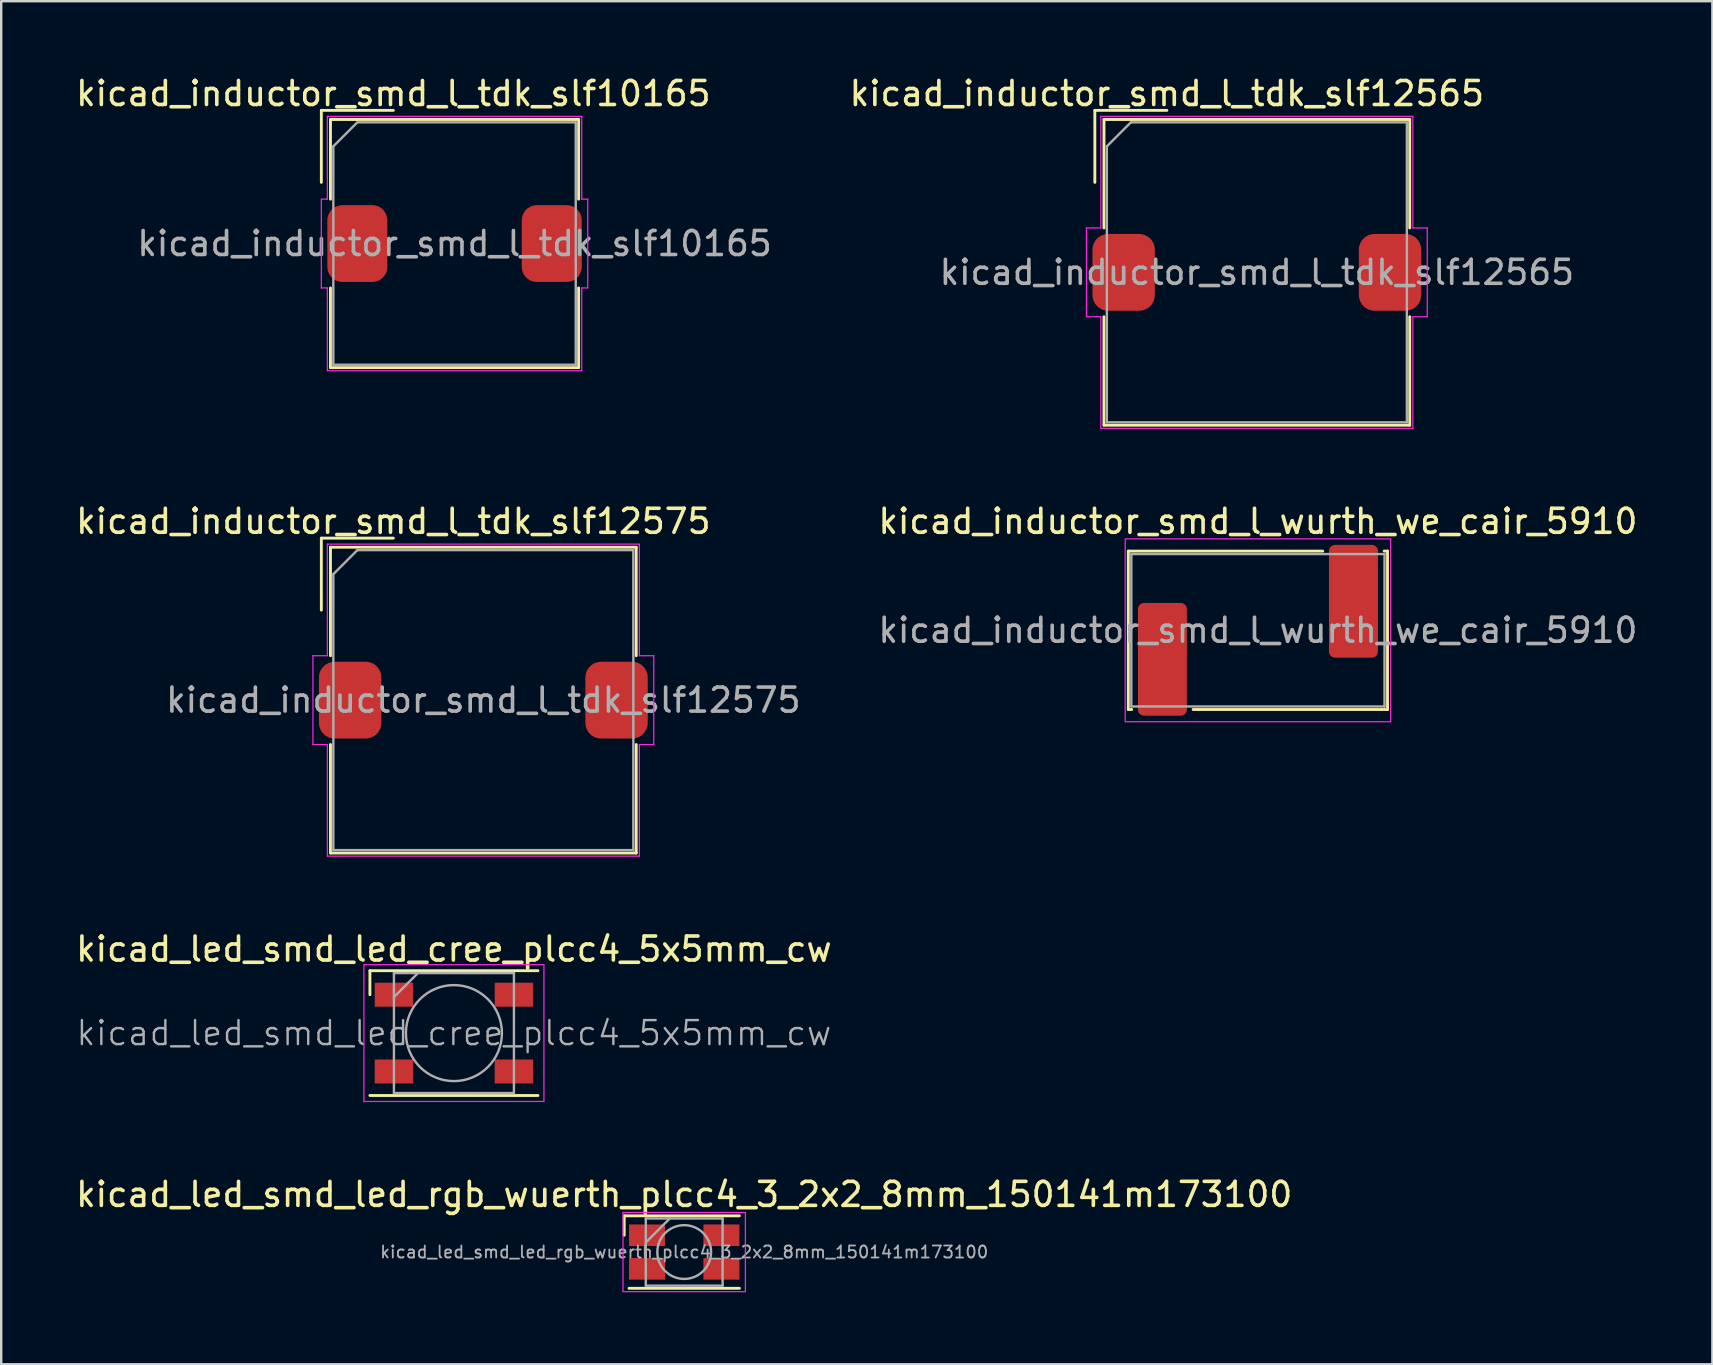
<source format=kicad_pcb>
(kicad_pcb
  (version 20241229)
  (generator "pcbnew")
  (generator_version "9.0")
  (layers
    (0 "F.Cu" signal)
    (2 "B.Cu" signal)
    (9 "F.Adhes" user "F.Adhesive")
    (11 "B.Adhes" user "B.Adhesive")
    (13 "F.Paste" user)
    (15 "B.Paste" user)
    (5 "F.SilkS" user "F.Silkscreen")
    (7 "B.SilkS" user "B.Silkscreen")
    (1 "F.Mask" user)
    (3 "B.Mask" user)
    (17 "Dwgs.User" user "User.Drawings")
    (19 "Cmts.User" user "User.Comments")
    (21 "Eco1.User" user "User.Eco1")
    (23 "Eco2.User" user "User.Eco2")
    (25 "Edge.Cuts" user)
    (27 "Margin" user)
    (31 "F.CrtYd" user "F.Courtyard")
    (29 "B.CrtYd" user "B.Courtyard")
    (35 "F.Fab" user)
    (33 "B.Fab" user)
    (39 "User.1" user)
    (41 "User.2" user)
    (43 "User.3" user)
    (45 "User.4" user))
  (footprint "kicad_inductor_smd_l_wurth_we_cair_5910"
    (layer "F.Cu")
    (at 49.363 23.212)
    (property "Reference" "kicad_inductor_smd_l_wurth_we_cair_5910" (at 0 -4.54 0) (unlocked yes) (layer "F.SilkS") (effects (font (size 1 1) (thickness 0.15))))
    (attr smd)
    (fp_line (start -5.4 -3.3) (end -5.4 3.3) (stroke (width 0.12) (type default)) (layer "F.SilkS"))
    (fp_line (start -5.4 3.3) (end -5.26 3.3) (stroke (width 0.12) (type default)) (layer "F.SilkS"))
    (fp_line (start -2.7 3.3) (end 5.4 3.3) (stroke (width 0.12) (type default)) (layer "F.SilkS"))
    (fp_line (start 2.7 -3.3) (end -5.4 -3.3) (stroke (width 0.12) (type default)) (layer "F.SilkS"))
    (fp_line (start 5.4 -3.3) (end 5.26 -3.3) (stroke (width 0.12) (type default)) (layer "F.SilkS"))
    (fp_line (start 5.4 3.3) (end 5.4 -3.3) (stroke (width 0.12) (type default)) (layer "F.SilkS"))
    (fp_rect (start 5.53 -3.81) (end -5.53 3.81) (stroke (width 0.05) (type default)) (fill no) (layer "F.CrtYd"))
    (fp_line (start -5.275 -3.175) (end -5.275 3.175) (stroke (width 0.1) (type default)) (layer "F.Fab"))
    (fp_line (start -5.275 3.175) (end 5.275 3.175) (stroke (width 0.1) (type default)) (layer "F.Fab"))
    (fp_line (start 5.275 -3.175) (end -5.275 -3.175) (stroke (width 0.1) (type default)) (layer "F.Fab"))
    (fp_line (start 5.275 3.175) (end 5.275 -3.175) (stroke (width 0.1) (type default)) (layer "F.Fab"))
    (fp_text user "${REFERENCE}" (at 0 0 0) (unlocked yes) (layer "F.Fab") (effects (font (size 1 1) (thickness 0.15))))
    (pad "1" smd roundrect (at -3.98 1.21 180) (size 2.04 4.7) (layers "F.Cu" "F.Mask" "F.Paste") (roundrect_rratio 0.123))
    (pad "2" smd roundrect (at 3.98 -1.21 180) (size 2.04 4.7) (layers "F.Cu" "F.Mask" "F.Paste") (roundrect_rratio 0.123)))
  (footprint "kicad_led_smd_led_rgb_wuerth_plcc4_3_2x2_8mm_150141m173100"
    (layer "F.Cu")
    (at 25.458 49.118)
    (property "Reference" "kicad_led_smd_led_rgb_wuerth_plcc4_3_2x2_8mm_150141m173100" (at 0 -2.4 0) (layer "F.SilkS") (effects (font (size 1 1) (thickness 0.15))))
    (attr smd)
    (fp_line (start -2.5 -1.51) (end 2.3 -1.51) (stroke (width 0.12) (type solid)) (layer "F.SilkS"))
    (fp_line (start -2.5 -0.7) (end -2.5 -1.51) (stroke (width 0.12) (type solid)) (layer "F.SilkS"))
    (fp_line (start -2.3 1.51) (end 2.3 1.51) (stroke (width 0.12) (type solid)) (layer "F.SilkS"))
    (fp_line (start -2.55 -1.65) (end -2.55 1.65) (stroke (width 0.05) (type solid)) (layer "F.CrtYd"))
    (fp_line (start -2.55 1.65) (end 2.55 1.65) (stroke (width 0.05) (type solid)) (layer "F.CrtYd"))
    (fp_line (start 2.55 -1.65) (end -2.55 -1.65) (stroke (width 0.05) (type solid)) (layer "F.CrtYd"))
    (fp_line (start 2.55 1.65) (end 2.55 -1.65) (stroke (width 0.05) (type solid)) (layer "F.CrtYd"))
    (fp_line (start -1.6 -1.4) (end -1.6 1.4) (stroke (width 0.1) (type solid)) (layer "F.Fab"))
    (fp_line (start -1.6 1.4) (end 1.6 1.4) (stroke (width 0.1) (type solid)) (layer "F.Fab"))
    (fp_line (start -0.6 -1.4) (end -1.6 -0.4) (stroke (width 0.1) (type solid)) (layer "F.Fab"))
    (fp_line (start 1.6 -1.4) (end -1.6 -1.4) (stroke (width 0.1) (type solid)) (layer "F.Fab"))
    (fp_line (start 1.6 1.4) (end 1.6 -1.4) (stroke (width 0.1) (type solid)) (layer "F.Fab"))
    (fp_circle (center 0 0) (end 1.12 0) (stroke (width 0.1) (type solid)) (fill no) (layer "F.Fab"))
    (fp_text user "${REFERENCE}" (at 0 0 0) (layer "F.Fab") (effects (font (size 0.5 0.5) (thickness 0.075))))
    (pad "1" smd rect (at 1.55 -0.7) (size 1.5 0.9) (layers "F.Cu" "F.Mask" "F.Paste"))
    (pad "2" smd rect (at 1.55 0.7) (size 1.5 0.9) (layers "F.Cu" "F.Mask" "F.Paste"))
    (pad "3" smd rect (at -1.55 -0.7) (size 1.5 0.9) (layers "F.Cu" "F.Mask" "F.Paste"))
    (pad "4" smd rect (at -1.55 0.7) (size 1.5 0.9) (layers "F.Cu" "F.Mask" "F.Paste")))
  (footprint "kicad_led_smd_led_cree_plcc4_5x5mm_cw"
    (layer "F.Cu")
    (at 15.863 39.995)
    (property "Reference" "kicad_led_smd_led_cree_plcc4_5x5mm_cw" (at 0 -3.5 0) (layer "F.SilkS") (effects (font (size 1 1) (thickness 0.15))))
    (attr smd)
    (fp_line (start -3.5 -2.6) (end 3.5 -2.6) (stroke (width 0.12) (type solid)) (layer "F.SilkS"))
    (fp_line (start -3.5 -1.6) (end -3.5 -2.6) (stroke (width 0.12) (type solid)) (layer "F.SilkS"))
    (fp_line (start -3.5 2.6) (end 3.5 2.6) (stroke (width 0.12) (type solid)) (layer "F.SilkS"))
    (fp_line (start -3.75 -2.85) (end -3.75 2.85) (stroke (width 0.05) (type solid)) (layer "F.CrtYd"))
    (fp_line (start -3.75 2.85) (end 3.75 2.85) (stroke (width 0.05) (type solid)) (layer "F.CrtYd"))
    (fp_line (start 3.75 -2.85) (end -3.75 -2.85) (stroke (width 0.05) (type solid)) (layer "F.CrtYd"))
    (fp_line (start 3.75 2.85) (end 3.75 -2.85) (stroke (width 0.05) (type solid)) (layer "F.CrtYd"))
    (fp_line (start -2.5 -2.5) (end -2.5 2.5) (stroke (width 0.1) (type solid)) (layer "F.Fab"))
    (fp_line (start -2.5 2.5) (end 2.5 2.5) (stroke (width 0.1) (type solid)) (layer "F.Fab"))
    (fp_line (start -1.5 -2.5) (end -2.5 -1.5) (stroke (width 0.1) (type solid)) (layer "F.Fab"))
    (fp_line (start 2.5 -2.5) (end -2.5 -2.5) (stroke (width 0.1) (type solid)) (layer "F.Fab"))
    (fp_line (start 2.5 2.5) (end 2.5 -2.5) (stroke (width 0.1) (type solid)) (layer "F.Fab"))
    (fp_circle (center 0 0) (end 0 -2) (stroke (width 0.1) (type solid)) (fill no) (layer "F.Fab"))
    (fp_text user "${REFERENCE}" (at 0 0 0) (layer "F.Fab") (effects (font (size 1 1) (thickness 0.1))))
    (pad "1" smd rect (at -2.5 -1.6) (size 1.6 1) (layers "F.Cu" "F.Mask" "F.Paste"))
    (pad "2" smd rect (at 2.5 -1.6) (size 1.6 1) (layers "F.Cu" "F.Mask" "F.Paste"))
    (pad "3" smd rect (at 2.5 1.6) (size 1.6 1) (layers "F.Cu" "F.Mask" "F.Paste"))
    (pad "4" smd rect (at -2.5 1.6) (size 1.6 1) (layers "F.Cu" "F.Mask" "F.Paste")))
  (footprint "kicad_inductor_smd_l_tdk_slf12575"
    (layer "F.Cu")
    (at 17.089 26.122)
    (property "Reference" "kicad_inductor_smd_l_tdk_slf12575" (at -3.75 -7.45 0) (layer "F.SilkS") (effects (font (size 1 1) (thickness 0.15))))
    (attr smd)
    (fp_line (start -6.75 -6.75) (end -3.75 -6.75) (stroke (width 0.12) (type solid)) (layer "F.SilkS"))
    (fp_line (start -6.75 -3.75) (end -6.75 -6.75) (stroke (width 0.12) (type solid)) (layer "F.SilkS"))
    (fp_line (start -6.37 -6.37) (end -6.37 -1.85) (stroke (width 0.12) (type solid)) (layer "F.SilkS"))
    (fp_line (start -6.37 -6.37) (end 6.37 -6.37) (stroke (width 0.12) (type solid)) (layer "F.SilkS"))
    (fp_line (start -6.37 1.85) (end -6.37 6.37) (stroke (width 0.12) (type solid)) (layer "F.SilkS"))
    (fp_line (start -6.37 6.37) (end 6.37 6.37) (stroke (width 0.12) (type solid)) (layer "F.SilkS"))
    (fp_line (start 6.37 -6.37) (end 6.37 -1.85) (stroke (width 0.12) (type solid)) (layer "F.SilkS"))
    (fp_line (start 6.37 1.85) (end 6.37 6.37) (stroke (width 0.12) (type solid)) (layer "F.SilkS"))
    (fp_line (start -7.1 -1.85) (end -7.1 1.85) (stroke (width 0.05) (type solid)) (layer "F.CrtYd"))
    (fp_line (start -7.1 1.85) (end -6.5 1.85) (stroke (width 0.05) (type solid)) (layer "F.CrtYd"))
    (fp_line (start -6.5 -6.5) (end -6.5 -1.85) (stroke (width 0.05) (type solid)) (layer "F.CrtYd"))
    (fp_line (start -6.5 -6.5) (end 6.5 -6.5) (stroke (width 0.05) (type solid)) (layer "F.CrtYd"))
    (fp_line (start -6.5 -1.85) (end -7.1 -1.85) (stroke (width 0.05) (type solid)) (layer "F.CrtYd"))
    (fp_line (start -6.5 1.85) (end -6.5 6.5) (stroke (width 0.05) (type solid)) (layer "F.CrtYd"))
    (fp_line (start -6.5 6.5) (end 6.5 6.5) (stroke (width 0.05) (type solid)) (layer "F.CrtYd"))
    (fp_line (start 6.5 -6.5) (end 6.5 -1.85) (stroke (width 0.05) (type solid)) (layer "F.CrtYd"))
    (fp_line (start 6.5 -1.85) (end 7.1 -1.85) (stroke (width 0.05) (type solid)) (layer "F.CrtYd"))
    (fp_line (start 6.5 1.85) (end 6.5 6.5) (stroke (width 0.05) (type solid)) (layer "F.CrtYd"))
    (fp_line (start 7.1 -1.85) (end 7.1 1.85) (stroke (width 0.05) (type solid)) (layer "F.CrtYd"))
    (fp_line (start 7.1 1.85) (end 6.5 1.85) (stroke (width 0.05) (type solid)) (layer "F.CrtYd"))
    (fp_line (start -6.25 -5.25) (end -5.25 -6.25) (stroke (width 0.1) (type solid)) (layer "F.Fab"))
    (fp_line (start -6.25 6.25) (end -6.25 -5.25) (stroke (width 0.1) (type solid)) (layer "F.Fab"))
    (fp_line (start -5.25 -6.25) (end 6.25 -6.25) (stroke (width 0.1) (type solid)) (layer "F.Fab"))
    (fp_line (start 6.25 -6.25) (end 6.25 6.25) (stroke (width 0.1) (type solid)) (layer "F.Fab"))
    (fp_line (start 6.25 6.25) (end -6.25 6.25) (stroke (width 0.1) (type solid)) (layer "F.Fab"))
    (fp_text user "${REFERENCE}" (at 0 0 0) (layer "F.Fab") (effects (font (size 1 1) (thickness 0.15))))
    (pad "1" smd roundrect (at -5.55 0) (size 2.6 3.2) (layers "F.Cu" "F.Mask" "F.Paste") (roundrect_rratio 0.25))
    (pad "2" smd roundrect (at 5.55 0) (size 2.6 3.2) (layers "F.Cu" "F.Mask" "F.Paste") (roundrect_rratio 0.25)))
  (footprint "kicad_inductor_smd_l_tdk_slf10165"
    (layer "F.Cu")
    (at 15.889 7.098)
    (property "Reference" "kicad_inductor_smd_l_tdk_slf10165" (at -2.55 -6.25 0) (layer "F.SilkS") (effects (font (size 1 1) (thickness 0.15))))
    (attr smd)
    (fp_line (start -5.55 -5.55) (end -2.55 -5.55) (stroke (width 0.12) (type solid)) (layer "F.SilkS"))
    (fp_line (start -5.55 -2.55) (end -5.55 -5.55) (stroke (width 0.12) (type solid)) (layer "F.SilkS"))
    (fp_line (start -5.17 -5.17) (end -5.17 -1.85) (stroke (width 0.12) (type solid)) (layer "F.SilkS"))
    (fp_line (start -5.17 -5.17) (end 5.17 -5.17) (stroke (width 0.12) (type solid)) (layer "F.SilkS"))
    (fp_line (start -5.17 1.85) (end -5.17 5.17) (stroke (width 0.12) (type solid)) (layer "F.SilkS"))
    (fp_line (start -5.17 5.17) (end 5.17 5.17) (stroke (width 0.12) (type solid)) (layer "F.SilkS"))
    (fp_line (start 5.17 -5.17) (end 5.17 -1.85) (stroke (width 0.12) (type solid)) (layer "F.SilkS"))
    (fp_line (start 5.17 1.85) (end 5.17 5.17) (stroke (width 0.12) (type solid)) (layer "F.SilkS"))
    (fp_line (start -5.55 -1.85) (end -5.55 1.85) (stroke (width 0.05) (type solid)) (layer "F.CrtYd"))
    (fp_line (start -5.55 1.85) (end -5.3 1.85) (stroke (width 0.05) (type solid)) (layer "F.CrtYd"))
    (fp_line (start -5.3 -5.3) (end -5.3 -1.85) (stroke (width 0.05) (type solid)) (layer "F.CrtYd"))
    (fp_line (start -5.3 -5.3) (end 5.3 -5.3) (stroke (width 0.05) (type solid)) (layer "F.CrtYd"))
    (fp_line (start -5.3 -1.85) (end -5.55 -1.85) (stroke (width 0.05) (type solid)) (layer "F.CrtYd"))
    (fp_line (start -5.3 1.85) (end -5.3 5.3) (stroke (width 0.05) (type solid)) (layer "F.CrtYd"))
    (fp_line (start -5.3 5.3) (end 5.3 5.3) (stroke (width 0.05) (type solid)) (layer "F.CrtYd"))
    (fp_line (start 5.3 -5.3) (end 5.3 -1.85) (stroke (width 0.05) (type solid)) (layer "F.CrtYd"))
    (fp_line (start 5.3 -1.85) (end 5.55 -1.85) (stroke (width 0.05) (type solid)) (layer "F.CrtYd"))
    (fp_line (start 5.3 1.85) (end 5.3 5.3) (stroke (width 0.05) (type solid)) (layer "F.CrtYd"))
    (fp_line (start 5.55 -1.85) (end 5.55 1.85) (stroke (width 0.05) (type solid)) (layer "F.CrtYd"))
    (fp_line (start 5.55 1.85) (end 5.3 1.85) (stroke (width 0.05) (type solid)) (layer "F.CrtYd"))
    (fp_line (start -5.05 -4.05) (end -4.05 -5.05) (stroke (width 0.1) (type solid)) (layer "F.Fab"))
    (fp_line (start -5.05 5.05) (end -5.05 -4.05) (stroke (width 0.1) (type solid)) (layer "F.Fab"))
    (fp_line (start -4.05 -5.05) (end 5.05 -5.05) (stroke (width 0.1) (type solid)) (layer "F.Fab"))
    (fp_line (start 5.05 -5.05) (end 5.05 5.05) (stroke (width 0.1) (type solid)) (layer "F.Fab"))
    (fp_line (start 5.05 5.05) (end -5.05 5.05) (stroke (width 0.1) (type solid)) (layer "F.Fab"))
    (fp_text user "${REFERENCE}" (at 0 0 0) (layer "F.Fab") (effects (font (size 1 1) (thickness 0.15))))
    (pad "1" smd roundrect (at -4.05 0) (size 2.5 3.2) (layers "F.Cu" "F.Mask" "F.Paste") (roundrect_rratio 0.25))
    (pad "2" smd roundrect (at 4.05 0) (size 2.5 3.2) (layers "F.Cu" "F.Mask" "F.Paste") (roundrect_rratio 0.25)))
  (footprint "kicad_inductor_smd_l_tdk_slf12565"
    (layer "F.Cu")
    (at 49.318 8.298)
    (property "Reference" "kicad_inductor_smd_l_tdk_slf12565" (at -3.75 -7.45 0) (layer "F.SilkS") (effects (font (size 1 1) (thickness 0.15))))
    (attr smd)
    (fp_line (start -6.75 -6.75) (end -3.75 -6.75) (stroke (width 0.12) (type solid)) (layer "F.SilkS"))
    (fp_line (start -6.75 -3.75) (end -6.75 -6.75) (stroke (width 0.12) (type solid)) (layer "F.SilkS"))
    (fp_line (start -6.37 -6.37) (end -6.37 -1.85) (stroke (width 0.12) (type solid)) (layer "F.SilkS"))
    (fp_line (start -6.37 -6.37) (end 6.37 -6.37) (stroke (width 0.12) (type solid)) (layer "F.SilkS"))
    (fp_line (start -6.37 1.85) (end -6.37 6.37) (stroke (width 0.12) (type solid)) (layer "F.SilkS"))
    (fp_line (start -6.37 6.37) (end 6.37 6.37) (stroke (width 0.12) (type solid)) (layer "F.SilkS"))
    (fp_line (start 6.37 -6.37) (end 6.37 -1.85) (stroke (width 0.12) (type solid)) (layer "F.SilkS"))
    (fp_line (start 6.37 1.85) (end 6.37 6.37) (stroke (width 0.12) (type solid)) (layer "F.SilkS"))
    (fp_line (start -7.1 -1.85) (end -7.1 1.85) (stroke (width 0.05) (type solid)) (layer "F.CrtYd"))
    (fp_line (start -7.1 1.85) (end -6.5 1.85) (stroke (width 0.05) (type solid)) (layer "F.CrtYd"))
    (fp_line (start -6.5 -6.5) (end -6.5 -1.85) (stroke (width 0.05) (type solid)) (layer "F.CrtYd"))
    (fp_line (start -6.5 -6.5) (end 6.5 -6.5) (stroke (width 0.05) (type solid)) (layer "F.CrtYd"))
    (fp_line (start -6.5 -1.85) (end -7.1 -1.85) (stroke (width 0.05) (type solid)) (layer "F.CrtYd"))
    (fp_line (start -6.5 1.85) (end -6.5 6.5) (stroke (width 0.05) (type solid)) (layer "F.CrtYd"))
    (fp_line (start -6.5 6.5) (end 6.5 6.5) (stroke (width 0.05) (type solid)) (layer "F.CrtYd"))
    (fp_line (start 6.5 -6.5) (end 6.5 -1.85) (stroke (width 0.05) (type solid)) (layer "F.CrtYd"))
    (fp_line (start 6.5 -1.85) (end 7.1 -1.85) (stroke (width 0.05) (type solid)) (layer "F.CrtYd"))
    (fp_line (start 6.5 1.85) (end 6.5 6.5) (stroke (width 0.05) (type solid)) (layer "F.CrtYd"))
    (fp_line (start 7.1 -1.85) (end 7.1 1.85) (stroke (width 0.05) (type solid)) (layer "F.CrtYd"))
    (fp_line (start 7.1 1.85) (end 6.5 1.85) (stroke (width 0.05) (type solid)) (layer "F.CrtYd"))
    (fp_line (start -6.25 -5.25) (end -5.25 -6.25) (stroke (width 0.1) (type solid)) (layer "F.Fab"))
    (fp_line (start -6.25 6.25) (end -6.25 -5.25) (stroke (width 0.1) (type solid)) (layer "F.Fab"))
    (fp_line (start -5.25 -6.25) (end 6.25 -6.25) (stroke (width 0.1) (type solid)) (layer "F.Fab"))
    (fp_line (start 6.25 -6.25) (end 6.25 6.25) (stroke (width 0.1) (type solid)) (layer "F.Fab"))
    (fp_line (start 6.25 6.25) (end -6.25 6.25) (stroke (width 0.1) (type solid)) (layer "F.Fab"))
    (fp_text user "${REFERENCE}" (at 0 0 0) (layer "F.Fab") (effects (font (size 1 1) (thickness 0.15))))
    (pad "1" smd roundrect (at -5.55 0) (size 2.6 3.2) (layers "F.Cu" "F.Mask" "F.Paste") (roundrect_rratio 0.25))
    (pad "2" smd roundrect (at 5.55 0) (size 2.6 3.2) (layers "F.Cu" "F.Mask" "F.Paste") (roundrect_rratio 0.25)))
  (gr_rect
    (start -3 -3)
    (end 68.298 53.793)
    (stroke (width 0.1) (type default))
    (fill no)
    (layer "Edge.Cuts")))
</source>
